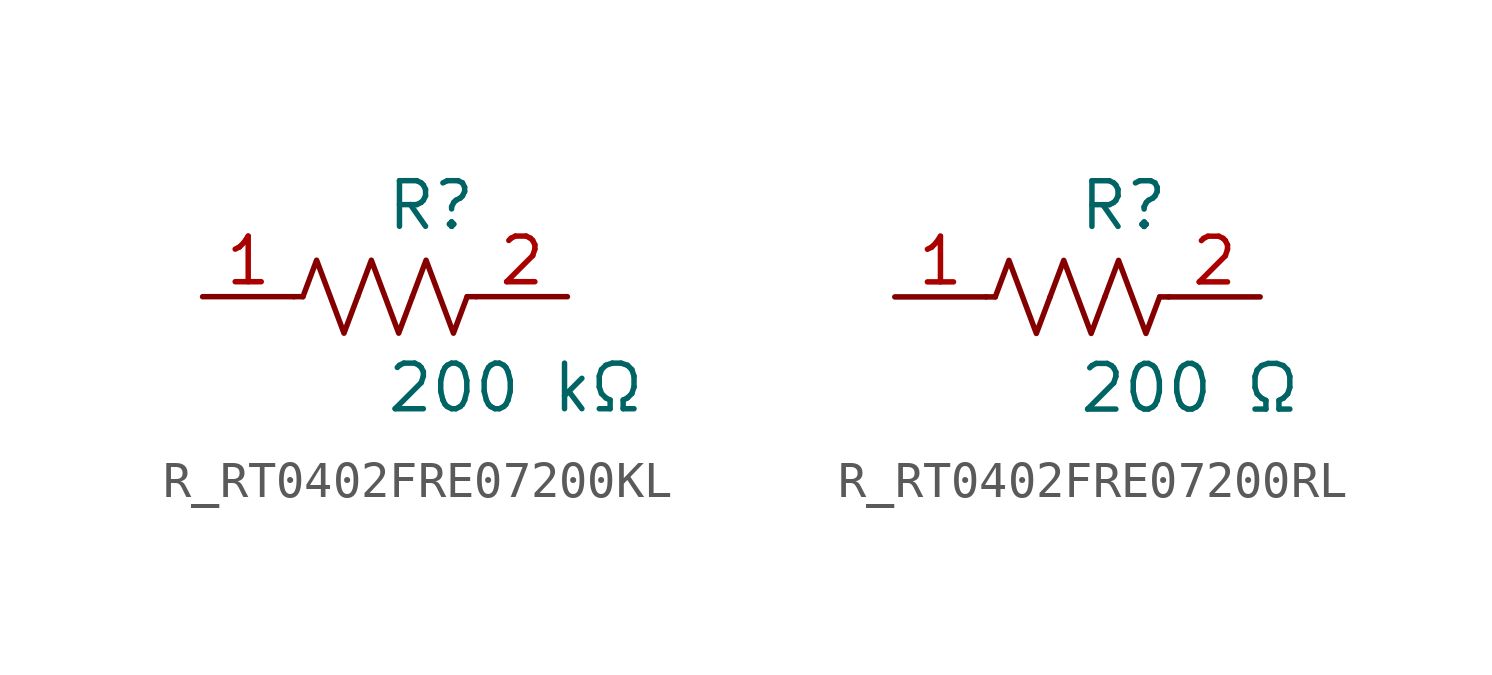
<source format=kicad_sym>
(kicad_symbol_lib
  (version 20231120)
  (generator kicad_symbol_editor)
  (generator_version 8.0)
  (symbol "R_RT0402FRE07200KL"
    (pin_names
      (offset 0.254))
    (property "Reference" "R"
      (at 0.0 2.54 0)
      (effects (font (size 1.27 1.27)) (justify left)))
    (property "Value" "200 kΩ"
      (at 0.0 -2.54 0)
      (effects (font (size 1.27 1.27)) (justify left)))
    (symbol "R_RT0402FRE07200KL_0_1"
      (polyline (pts (xy 2.286 0) (xy 2.54 0)) (stroke (width 0) (type default)) (fill (type none)))
      (polyline (pts (xy -2.286 0) (xy -2.54 0)) (stroke (width 0) (type default)) (fill (type none)))
      (polyline (pts (xy 0.762 0) (xy 1.143 1.016) (xy 1.524 0) (xy 1.905 -1.016) (xy 2.286 0)) (stroke (width 0) (type default)) (fill (type none)))
      (polyline (pts (xy -0.762 0) (xy -0.381 1.016) (xy 0 0) (xy 0.381 -1.016) (xy 0.762 0)) (stroke (width 0) (type default)) (fill (type none)))
      (polyline (pts (xy -2.286 0) (xy -1.905 1.016) (xy -1.524 0) (xy -1.143 -1.016) (xy -0.762 0)) (stroke (width 0) (type default)) (fill (type none))))
    (pin unspecified line
      (at -5.08 0 0)
      (length 2.54)
      (name "" (effects (font (size 1.27 1.27))))
      (number "1" (effects (font (size 1.27 1.27)))))
    (pin unspecified line
      (at 5.08 0 180)
      (length 2.54)
      (name "" (effects (font (size 1.27 1.27))))
      (number "2" (effects (font (size 1.27 1.27))))))
  (symbol "R_RT0402FRE07200RL"
    (pin_names
      (offset 0.254))
    (property "Reference" "R"
      (at 0.0 2.54 0)
      (effects (font (size 1.27 1.27)) (justify left)))
    (property "Value" "200 Ω"
      (at 0.0 -2.54 0)
      (effects (font (size 1.27 1.27)) (justify left)))
    (symbol "R_RT0402FRE07200RL_0_1"
      (polyline (pts (xy 2.286 0) (xy 2.54 0)) (stroke (width 0) (type default)) (fill (type none)))
      (polyline (pts (xy -2.286 0) (xy -2.54 0)) (stroke (width 0) (type default)) (fill (type none)))
      (polyline (pts (xy 0.762 0) (xy 1.143 1.016) (xy 1.524 0) (xy 1.905 -1.016) (xy 2.286 0)) (stroke (width 0) (type default)) (fill (type none)))
      (polyline (pts (xy -0.762 0) (xy -0.381 1.016) (xy 0 0) (xy 0.381 -1.016) (xy 0.762 0)) (stroke (width 0) (type default)) (fill (type none)))
      (polyline (pts (xy -2.286 0) (xy -1.905 1.016) (xy -1.524 0) (xy -1.143 -1.016) (xy -0.762 0)) (stroke (width 0) (type default)) (fill (type none))))
    (pin unspecified line
      (at -5.08 0 0)
      (length 2.54)
      (name "" (effects (font (size 1.27 1.27))))
      (number "1" (effects (font (size 1.27 1.27)))))
    (pin unspecified line
      (at 5.08 0 180)
      (length 2.54)
      (name "" (effects (font (size 1.27 1.27))))
      (number "2" (effects (font (size 1.27 1.27)))))))
</source>
